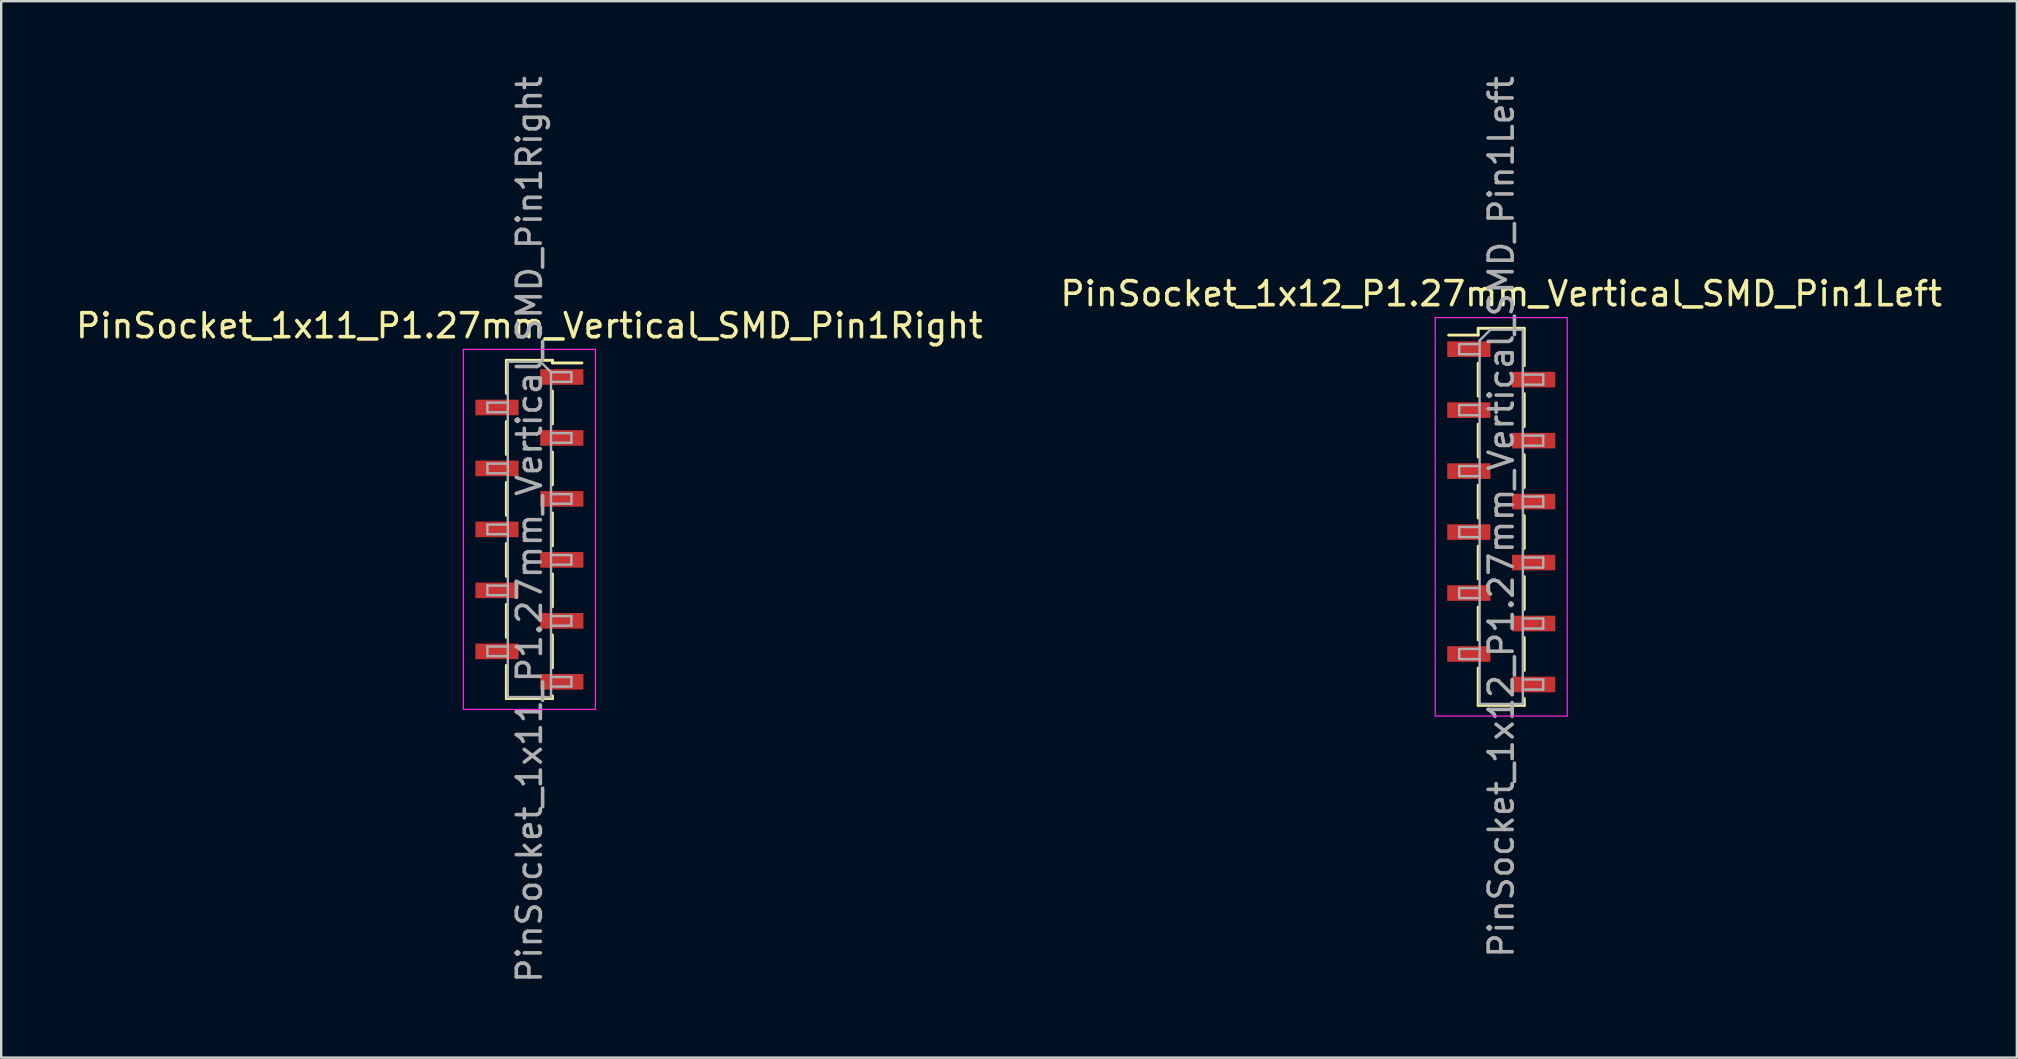
<source format=kicad_pcb>
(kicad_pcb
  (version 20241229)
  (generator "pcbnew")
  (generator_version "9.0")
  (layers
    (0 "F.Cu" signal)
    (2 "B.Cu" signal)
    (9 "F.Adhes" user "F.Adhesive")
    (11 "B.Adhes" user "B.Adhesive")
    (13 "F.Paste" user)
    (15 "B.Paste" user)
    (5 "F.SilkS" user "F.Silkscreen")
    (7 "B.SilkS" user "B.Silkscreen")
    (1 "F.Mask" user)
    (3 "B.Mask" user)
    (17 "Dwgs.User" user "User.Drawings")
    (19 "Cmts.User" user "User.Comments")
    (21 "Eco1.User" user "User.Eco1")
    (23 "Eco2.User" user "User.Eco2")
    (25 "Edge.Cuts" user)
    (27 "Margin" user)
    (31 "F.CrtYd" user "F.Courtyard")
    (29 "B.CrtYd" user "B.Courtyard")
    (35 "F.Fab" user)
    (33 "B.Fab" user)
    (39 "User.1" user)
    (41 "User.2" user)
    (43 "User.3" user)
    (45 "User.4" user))
  (footprint "PinSocket_1x11_P1.27mm_Vertical_SMD_Pin1Right"
    (layer "F.Cu")
    (at 19.006 19.006)
    (property "Reference" "PinSocket_1x11_P1.27mm_Vertical_SMD_Pin1Right" (at 0 -8.485 0) (layer "F.SilkS") (effects (font (size 1 1) (thickness 0.15))))
    (attr smd)
    (fp_line (start -0.96 -7.045) (end -0.96 -5.665) (stroke (width 0.12) (type solid)) (layer "F.SilkS"))
    (fp_line (start -0.96 -7.045) (end 0.96 -7.045) (stroke (width 0.12) (type solid)) (layer "F.SilkS"))
    (fp_line (start -0.96 -4.495) (end -0.96 -3.125) (stroke (width 0.12) (type solid)) (layer "F.SilkS"))
    (fp_line (start -0.96 -1.955) (end -0.96 -0.585) (stroke (width 0.12) (type solid)) (layer "F.SilkS"))
    (fp_line (start -0.96 0.585) (end -0.96 1.955) (stroke (width 0.12) (type solid)) (layer "F.SilkS"))
    (fp_line (start -0.96 3.125) (end -0.96 4.495) (stroke (width 0.12) (type solid)) (layer "F.SilkS"))
    (fp_line (start -0.96 5.665) (end -0.96 7.045) (stroke (width 0.12) (type solid)) (layer "F.SilkS"))
    (fp_line (start -0.96 7.045) (end 0.96 7.045) (stroke (width 0.12) (type solid)) (layer "F.SilkS"))
    (fp_line (start 0.96 -7.045) (end 0.96 -6.935) (stroke (width 0.12) (type solid)) (layer "F.SilkS"))
    (fp_line (start 0.96 -6.935) (end 2.19 -6.935) (stroke (width 0.12) (type solid)) (layer "F.SilkS"))
    (fp_line (start 0.96 -5.765) (end 0.96 -4.395) (stroke (width 0.12) (type solid)) (layer "F.SilkS"))
    (fp_line (start 0.96 -3.225) (end 0.96 -1.855) (stroke (width 0.12) (type solid)) (layer "F.SilkS"))
    (fp_line (start 0.96 -0.685) (end 0.96 0.685) (stroke (width 0.12) (type solid)) (layer "F.SilkS"))
    (fp_line (start 0.96 1.855) (end 0.96 3.225) (stroke (width 0.12) (type solid)) (layer "F.SilkS"))
    (fp_line (start 0.96 4.395) (end 0.96 5.765) (stroke (width 0.12) (type solid)) (layer "F.SilkS"))
    (fp_line (start 0.96 6.935) (end 0.96 7.045) (stroke (width 0.12) (type solid)) (layer "F.SilkS"))
    (fp_line (start -2.75 -7.5) (end 2.75 -7.5) (stroke (width 0.05) (type solid)) (layer "F.CrtYd"))
    (fp_line (start -2.75 7.5) (end -2.75 -7.5) (stroke (width 0.05) (type solid)) (layer "F.CrtYd"))
    (fp_line (start 2.75 -7.5) (end 2.75 7.5) (stroke (width 0.05) (type solid)) (layer "F.CrtYd"))
    (fp_line (start 2.75 7.5) (end -2.75 7.5) (stroke (width 0.05) (type solid)) (layer "F.CrtYd"))
    (fp_line (start -1.75 -5.28) (end -0.9 -5.28) (stroke (width 0.1) (type solid)) (layer "F.Fab"))
    (fp_line (start -1.75 -4.88) (end -1.75 -5.28) (stroke (width 0.1) (type solid)) (layer "F.Fab"))
    (fp_line (start -1.75 -2.74) (end -0.9 -2.74) (stroke (width 0.1) (type solid)) (layer "F.Fab"))
    (fp_line (start -1.75 -2.34) (end -1.75 -2.74) (stroke (width 0.1) (type solid)) (layer "F.Fab"))
    (fp_line (start -1.75 -0.2) (end -0.9 -0.2) (stroke (width 0.1) (type solid)) (layer "F.Fab"))
    (fp_line (start -1.75 0.2) (end -1.75 -0.2) (stroke (width 0.1) (type solid)) (layer "F.Fab"))
    (fp_line (start -1.75 2.34) (end -0.9 2.34) (stroke (width 0.1) (type solid)) (layer "F.Fab"))
    (fp_line (start -1.75 2.74) (end -1.75 2.34) (stroke (width 0.1) (type solid)) (layer "F.Fab"))
    (fp_line (start -1.75 4.88) (end -0.9 4.88) (stroke (width 0.1) (type solid)) (layer "F.Fab"))
    (fp_line (start -1.75 5.28) (end -1.75 4.88) (stroke (width 0.1) (type solid)) (layer "F.Fab"))
    (fp_line (start -0.9 -6.985) (end 0.465 -6.985) (stroke (width 0.1) (type solid)) (layer "F.Fab"))
    (fp_line (start -0.9 -4.88) (end -1.75 -4.88) (stroke (width 0.1) (type solid)) (layer "F.Fab"))
    (fp_line (start -0.9 -2.34) (end -1.75 -2.34) (stroke (width 0.1) (type solid)) (layer "F.Fab"))
    (fp_line (start -0.9 0.2) (end -1.75 0.2) (stroke (width 0.1) (type solid)) (layer "F.Fab"))
    (fp_line (start -0.9 2.74) (end -1.75 2.74) (stroke (width 0.1) (type solid)) (layer "F.Fab"))
    (fp_line (start -0.9 5.28) (end -1.75 5.28) (stroke (width 0.1) (type solid)) (layer "F.Fab"))
    (fp_line (start -0.9 6.985) (end -0.9 -6.985) (stroke (width 0.1) (type solid)) (layer "F.Fab"))
    (fp_line (start 0.465 -6.985) (end 0.9 -6.55) (stroke (width 0.1) (type solid)) (layer "F.Fab"))
    (fp_line (start 0.9 -6.55) (end 0.9 6.985) (stroke (width 0.1) (type solid)) (layer "F.Fab"))
    (fp_line (start 0.9 -6.55) (end 1.75 -6.55) (stroke (width 0.1) (type solid)) (layer "F.Fab"))
    (fp_line (start 0.9 -4.01) (end 1.75 -4.01) (stroke (width 0.1) (type solid)) (layer "F.Fab"))
    (fp_line (start 0.9 -1.47) (end 1.75 -1.47) (stroke (width 0.1) (type solid)) (layer "F.Fab"))
    (fp_line (start 0.9 1.07) (end 1.75 1.07) (stroke (width 0.1) (type solid)) (layer "F.Fab"))
    (fp_line (start 0.9 3.61) (end 1.75 3.61) (stroke (width 0.1) (type solid)) (layer "F.Fab"))
    (fp_line (start 0.9 6.15) (end 1.75 6.15) (stroke (width 0.1) (type solid)) (layer "F.Fab"))
    (fp_line (start 0.9 6.985) (end -0.9 6.985) (stroke (width 0.1) (type solid)) (layer "F.Fab"))
    (fp_line (start 1.75 -6.55) (end 1.75 -6.15) (stroke (width 0.1) (type solid)) (layer "F.Fab"))
    (fp_line (start 1.75 -6.15) (end 0.9 -6.15) (stroke (width 0.1) (type solid)) (layer "F.Fab"))
    (fp_line (start 1.75 -4.01) (end 1.75 -3.61) (stroke (width 0.1) (type solid)) (layer "F.Fab"))
    (fp_line (start 1.75 -3.61) (end 0.9 -3.61) (stroke (width 0.1) (type solid)) (layer "F.Fab"))
    (fp_line (start 1.75 -1.47) (end 1.75 -1.07) (stroke (width 0.1) (type solid)) (layer "F.Fab"))
    (fp_line (start 1.75 -1.07) (end 0.9 -1.07) (stroke (width 0.1) (type solid)) (layer "F.Fab"))
    (fp_line (start 1.75 1.07) (end 1.75 1.47) (stroke (width 0.1) (type solid)) (layer "F.Fab"))
    (fp_line (start 1.75 1.47) (end 0.9 1.47) (stroke (width 0.1) (type solid)) (layer "F.Fab"))
    (fp_line (start 1.75 3.61) (end 1.75 4.01) (stroke (width 0.1) (type solid)) (layer "F.Fab"))
    (fp_line (start 1.75 4.01) (end 0.9 4.01) (stroke (width 0.1) (type solid)) (layer "F.Fab"))
    (fp_line (start 1.75 6.15) (end 1.75 6.55) (stroke (width 0.1) (type solid)) (layer "F.Fab"))
    (fp_line (start 1.75 6.55) (end 0.9 6.55) (stroke (width 0.1) (type solid)) (layer "F.Fab"))
    (fp_text user "${REFERENCE}" (at 0 0 90) (layer "F.Fab") (effects (font (size 1 1) (thickness 0.15))))
    (pad "1" smd rect (at 1.35 -6.35) (size 1.8 0.65) (layers "F.Cu" "F.Mask" "F.Paste"))
    (pad "2" smd rect (at -1.35 -5.08) (size 1.8 0.65) (layers "F.Cu" "F.Mask" "F.Paste"))
    (pad "3" smd rect (at 1.35 -3.81) (size 1.8 0.65) (layers "F.Cu" "F.Mask" "F.Paste"))
    (pad "4" smd rect (at -1.35 -2.54) (size 1.8 0.65) (layers "F.Cu" "F.Mask" "F.Paste"))
    (pad "5" smd rect (at 1.35 -1.27) (size 1.8 0.65) (layers "F.Cu" "F.Mask" "F.Paste"))
    (pad "6" smd rect (at -1.35 0) (size 1.8 0.65) (layers "F.Cu" "F.Mask" "F.Paste"))
    (pad "7" smd rect (at 1.35 1.27) (size 1.8 0.65) (layers "F.Cu" "F.Mask" "F.Paste"))
    (pad "8" smd rect (at -1.35 2.54) (size 1.8 0.65) (layers "F.Cu" "F.Mask" "F.Paste"))
    (pad "9" smd rect (at 1.35 3.81) (size 1.8 0.65) (layers "F.Cu" "F.Mask" "F.Paste"))
    (pad "10" smd rect (at -1.35 5.08) (size 1.8 0.65) (layers "F.Cu" "F.Mask" "F.Paste"))
    (pad "11" smd rect (at 1.35 6.35) (size 1.8 0.65) (layers "F.Cu" "F.Mask" "F.Paste")))
  (footprint "PinSocket_1x12_P1.27mm_Vertical_SMD_Pin1Left"
    (layer "F.Cu")
    (at 59.494 18.482)
    (property "Reference" "PinSocket_1x12_P1.27mm_Vertical_SMD_Pin1Left" (at 0 -9.295 0) (layer "F.SilkS") (effects (font (size 1 1) (thickness 0.15))))
    (attr smd)
    (fp_line (start -2.19 -7.57) (end -0.96 -7.57) (stroke (width 0.12) (type solid)) (layer "F.SilkS"))
    (fp_line (start -0.96 -7.855) (end -0.96 -7.57) (stroke (width 0.12) (type solid)) (layer "F.SilkS"))
    (fp_line (start -0.96 -7.855) (end 0.96 -7.855) (stroke (width 0.12) (type solid)) (layer "F.SilkS"))
    (fp_line (start -0.96 -6.4) (end -0.96 -5.03) (stroke (width 0.12) (type solid)) (layer "F.SilkS"))
    (fp_line (start -0.96 -3.86) (end -0.96 -2.49) (stroke (width 0.12) (type solid)) (layer "F.SilkS"))
    (fp_line (start -0.96 -1.32) (end -0.96 0.05) (stroke (width 0.12) (type solid)) (layer "F.SilkS"))
    (fp_line (start -0.96 1.22) (end -0.96 2.59) (stroke (width 0.12) (type solid)) (layer "F.SilkS"))
    (fp_line (start -0.96 3.76) (end -0.96 5.13) (stroke (width 0.12) (type solid)) (layer "F.SilkS"))
    (fp_line (start -0.96 6.3) (end -0.96 7.855) (stroke (width 0.12) (type solid)) (layer "F.SilkS"))
    (fp_line (start -0.96 7.855) (end 0.96 7.855) (stroke (width 0.12) (type solid)) (layer "F.SilkS"))
    (fp_line (start 0.96 -7.855) (end 0.96 -6.3) (stroke (width 0.12) (type solid)) (layer "F.SilkS"))
    (fp_line (start 0.96 -5.13) (end 0.96 -3.76) (stroke (width 0.12) (type solid)) (layer "F.SilkS"))
    (fp_line (start 0.96 -2.59) (end 0.96 -1.22) (stroke (width 0.12) (type solid)) (layer "F.SilkS"))
    (fp_line (start 0.96 -0.05) (end 0.96 1.32) (stroke (width 0.12) (type solid)) (layer "F.SilkS"))
    (fp_line (start 0.96 2.49) (end 0.96 3.86) (stroke (width 0.12) (type solid)) (layer "F.SilkS"))
    (fp_line (start 0.96 5.03) (end 0.96 6.4) (stroke (width 0.12) (type solid)) (layer "F.SilkS"))
    (fp_line (start 0.96 7.57) (end 0.96 7.855) (stroke (width 0.12) (type solid)) (layer "F.SilkS"))
    (fp_line (start -2.75 -8.3) (end 2.75 -8.3) (stroke (width 0.05) (type solid)) (layer "F.CrtYd"))
    (fp_line (start -2.75 8.3) (end -2.75 -8.3) (stroke (width 0.05) (type solid)) (layer "F.CrtYd"))
    (fp_line (start 2.75 -8.3) (end 2.75 8.3) (stroke (width 0.05) (type solid)) (layer "F.CrtYd"))
    (fp_line (start 2.75 8.3) (end -2.75 8.3) (stroke (width 0.05) (type solid)) (layer "F.CrtYd"))
    (fp_line (start -1.75 -7.195) (end -0.9 -7.195) (stroke (width 0.1) (type solid)) (layer "F.Fab"))
    (fp_line (start -1.75 -6.775) (end -1.75 -7.195) (stroke (width 0.1) (type solid)) (layer "F.Fab"))
    (fp_line (start -1.75 -4.655) (end -0.9 -4.655) (stroke (width 0.1) (type solid)) (layer "F.Fab"))
    (fp_line (start -1.75 -4.235) (end -1.75 -4.655) (stroke (width 0.1) (type solid)) (layer "F.Fab"))
    (fp_line (start -1.75 -2.115) (end -0.9 -2.115) (stroke (width 0.1) (type solid)) (layer "F.Fab"))
    (fp_line (start -1.75 -1.695) (end -1.75 -2.115) (stroke (width 0.1) (type solid)) (layer "F.Fab"))
    (fp_line (start -1.75 0.425) (end -0.9 0.425) (stroke (width 0.1) (type solid)) (layer "F.Fab"))
    (fp_line (start -1.75 0.845) (end -1.75 0.425) (stroke (width 0.1) (type solid)) (layer "F.Fab"))
    (fp_line (start -1.75 2.965) (end -0.9 2.965) (stroke (width 0.1) (type solid)) (layer "F.Fab"))
    (fp_line (start -1.75 3.385) (end -1.75 2.965) (stroke (width 0.1) (type solid)) (layer "F.Fab"))
    (fp_line (start -1.75 5.505) (end -0.9 5.505) (stroke (width 0.1) (type solid)) (layer "F.Fab"))
    (fp_line (start -1.75 5.925) (end -1.75 5.505) (stroke (width 0.1) (type solid)) (layer "F.Fab"))
    (fp_line (start -0.9 -7.345) (end -0.45 -7.795) (stroke (width 0.1) (type solid)) (layer "F.Fab"))
    (fp_line (start -0.9 -6.775) (end -1.75 -6.775) (stroke (width 0.1) (type solid)) (layer "F.Fab"))
    (fp_line (start -0.9 -4.235) (end -1.75 -4.235) (stroke (width 0.1) (type solid)) (layer "F.Fab"))
    (fp_line (start -0.9 -1.695) (end -1.75 -1.695) (stroke (width 0.1) (type solid)) (layer "F.Fab"))
    (fp_line (start -0.9 0.845) (end -1.75 0.845) (stroke (width 0.1) (type solid)) (layer "F.Fab"))
    (fp_line (start -0.9 3.385) (end -1.75 3.385) (stroke (width 0.1) (type solid)) (layer "F.Fab"))
    (fp_line (start -0.9 5.925) (end -1.75 5.925) (stroke (width 0.1) (type solid)) (layer "F.Fab"))
    (fp_line (start -0.9 7.795) (end -0.9 -7.345) (stroke (width 0.1) (type solid)) (layer "F.Fab"))
    (fp_line (start -0.45 -7.795) (end 0.9 -7.795) (stroke (width 0.1) (type solid)) (layer "F.Fab"))
    (fp_line (start 0.9 -7.795) (end 0.9 7.795) (stroke (width 0.1) (type solid)) (layer "F.Fab"))
    (fp_line (start 0.9 -5.925) (end 1.75 -5.925) (stroke (width 0.1) (type solid)) (layer "F.Fab"))
    (fp_line (start 0.9 -3.385) (end 1.75 -3.385) (stroke (width 0.1) (type solid)) (layer "F.Fab"))
    (fp_line (start 0.9 -0.845) (end 1.75 -0.845) (stroke (width 0.1) (type solid)) (layer "F.Fab"))
    (fp_line (start 0.9 1.695) (end 1.75 1.695) (stroke (width 0.1) (type solid)) (layer "F.Fab"))
    (fp_line (start 0.9 4.235) (end 1.75 4.235) (stroke (width 0.1) (type solid)) (layer "F.Fab"))
    (fp_line (start 0.9 6.775) (end 1.75 6.775) (stroke (width 0.1) (type solid)) (layer "F.Fab"))
    (fp_line (start 0.9 7.795) (end -0.9 7.795) (stroke (width 0.1) (type solid)) (layer "F.Fab"))
    (fp_line (start 1.75 -5.925) (end 1.75 -5.505) (stroke (width 0.1) (type solid)) (layer "F.Fab"))
    (fp_line (start 1.75 -5.505) (end 0.9 -5.505) (stroke (width 0.1) (type solid)) (layer "F.Fab"))
    (fp_line (start 1.75 -3.385) (end 1.75 -2.965) (stroke (width 0.1) (type solid)) (layer "F.Fab"))
    (fp_line (start 1.75 -2.965) (end 0.9 -2.965) (stroke (width 0.1) (type solid)) (layer "F.Fab"))
    (fp_line (start 1.75 -0.845) (end 1.75 -0.425) (stroke (width 0.1) (type solid)) (layer "F.Fab"))
    (fp_line (start 1.75 -0.425) (end 0.9 -0.425) (stroke (width 0.1) (type solid)) (layer "F.Fab"))
    (fp_line (start 1.75 1.695) (end 1.75 2.115) (stroke (width 0.1) (type solid)) (layer "F.Fab"))
    (fp_line (start 1.75 2.115) (end 0.9 2.115) (stroke (width 0.1) (type solid)) (layer "F.Fab"))
    (fp_line (start 1.75 4.235) (end 1.75 4.655) (stroke (width 0.1) (type solid)) (layer "F.Fab"))
    (fp_line (start 1.75 4.655) (end 0.9 4.655) (stroke (width 0.1) (type solid)) (layer "F.Fab"))
    (fp_line (start 1.75 6.775) (end 1.75 7.195) (stroke (width 0.1) (type solid)) (layer "F.Fab"))
    (fp_line (start 1.75 7.195) (end 0.9 7.195) (stroke (width 0.1) (type solid)) (layer "F.Fab"))
    (fp_text user "${REFERENCE}" (at 0 0 90) (layer "F.Fab") (effects (font (size 1 1) (thickness 0.15))))
    (pad "1" smd rect (at -1.35 -6.985) (size 1.8 0.65) (layers "F.Cu" "F.Mask" "F.Paste"))
    (pad "2" smd rect (at 1.35 -5.715) (size 1.8 0.65) (layers "F.Cu" "F.Mask" "F.Paste"))
    (pad "3" smd rect (at -1.35 -4.445) (size 1.8 0.65) (layers "F.Cu" "F.Mask" "F.Paste"))
    (pad "4" smd rect (at 1.35 -3.175) (size 1.8 0.65) (layers "F.Cu" "F.Mask" "F.Paste"))
    (pad "5" smd rect (at -1.35 -1.905) (size 1.8 0.65) (layers "F.Cu" "F.Mask" "F.Paste"))
    (pad "6" smd rect (at 1.35 -0.635) (size 1.8 0.65) (layers "F.Cu" "F.Mask" "F.Paste"))
    (pad "7" smd rect (at -1.35 0.635) (size 1.8 0.65) (layers "F.Cu" "F.Mask" "F.Paste"))
    (pad "8" smd rect (at 1.35 1.905) (size 1.8 0.65) (layers "F.Cu" "F.Mask" "F.Paste"))
    (pad "9" smd rect (at -1.35 3.175) (size 1.8 0.65) (layers "F.Cu" "F.Mask" "F.Paste"))
    (pad "10" smd rect (at 1.35 4.445) (size 1.8 0.65) (layers "F.Cu" "F.Mask" "F.Paste"))
    (pad "11" smd rect (at -1.35 5.715) (size 1.8 0.65) (layers "F.Cu" "F.Mask" "F.Paste"))
    (pad "12" smd rect (at 1.35 6.985) (size 1.8 0.65) (layers "F.Cu" "F.Mask" "F.Paste")))
  (gr_rect
    (start -3 -3)
    (end 80.976 41.012)
    (stroke (width 0.1) (type default))
    (fill no)
    (layer "Edge.Cuts")))
</source>
